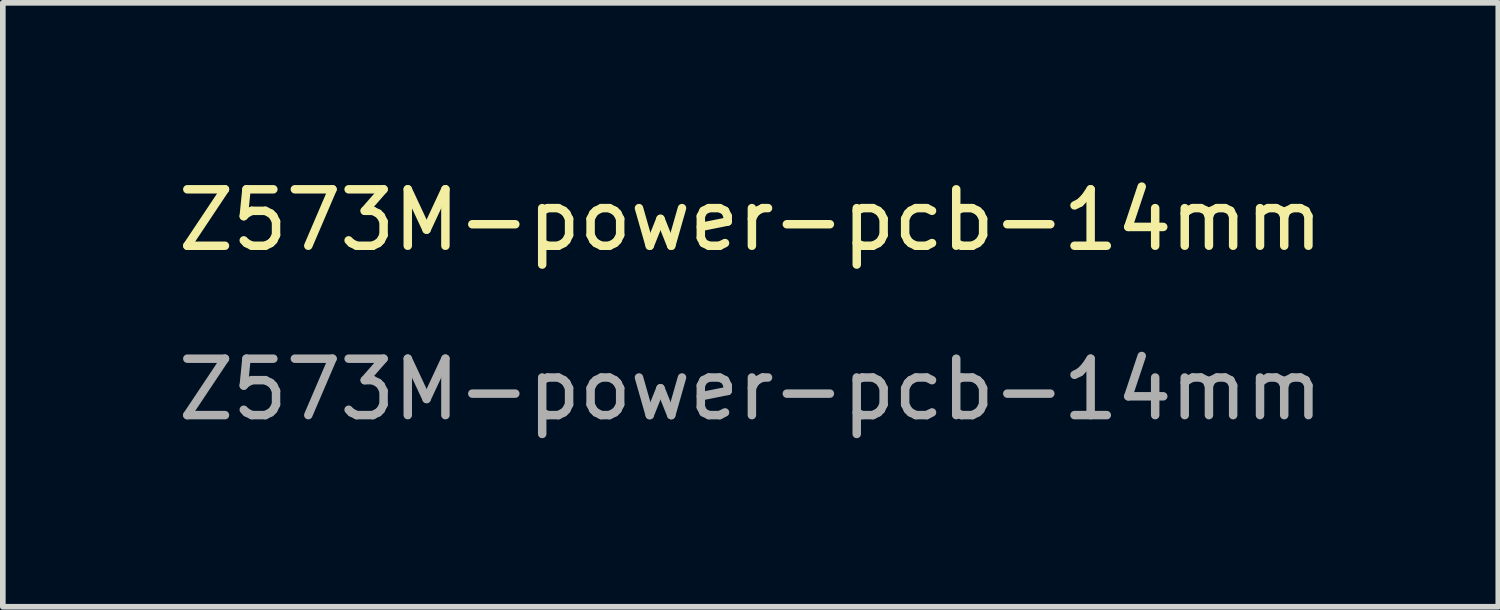
<source format=kicad_pcb>
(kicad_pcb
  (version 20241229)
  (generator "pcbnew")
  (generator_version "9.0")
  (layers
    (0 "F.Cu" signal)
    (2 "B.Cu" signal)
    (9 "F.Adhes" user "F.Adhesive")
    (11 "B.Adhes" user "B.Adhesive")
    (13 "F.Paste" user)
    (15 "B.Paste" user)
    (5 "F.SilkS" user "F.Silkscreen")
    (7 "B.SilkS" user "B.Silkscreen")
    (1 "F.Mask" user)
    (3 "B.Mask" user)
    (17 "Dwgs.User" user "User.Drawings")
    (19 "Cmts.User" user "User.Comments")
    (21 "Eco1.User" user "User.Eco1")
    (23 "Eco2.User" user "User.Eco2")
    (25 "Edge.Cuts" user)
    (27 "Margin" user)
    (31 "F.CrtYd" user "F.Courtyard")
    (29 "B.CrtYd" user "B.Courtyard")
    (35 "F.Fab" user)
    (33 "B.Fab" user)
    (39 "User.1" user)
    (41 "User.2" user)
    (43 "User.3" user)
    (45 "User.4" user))
  (footprint "Z573M-power-pcb-14mm"
    (layer "F.Cu")
    (at 10.244 1.348)
    (property "Reference" "Z573M-power-pcb-14mm" (at 0 -0.5 0) (unlocked yes) (layer "F.SilkS") (effects (font (size 1 1) (thickness 0.15))))
    (attr smd)
    (fp_text user "${REFERENCE}" (at 0 2.5 0) (unlocked yes) (layer "F.Fab") (effects (font (size 1 1) (thickness 0.15)))))
  (gr_rect
    (start -3 -3)
    (end 23.488 7.697)
    (stroke (width 0.1) (type default))
    (fill no)
    (layer "Edge.Cuts")))
</source>
